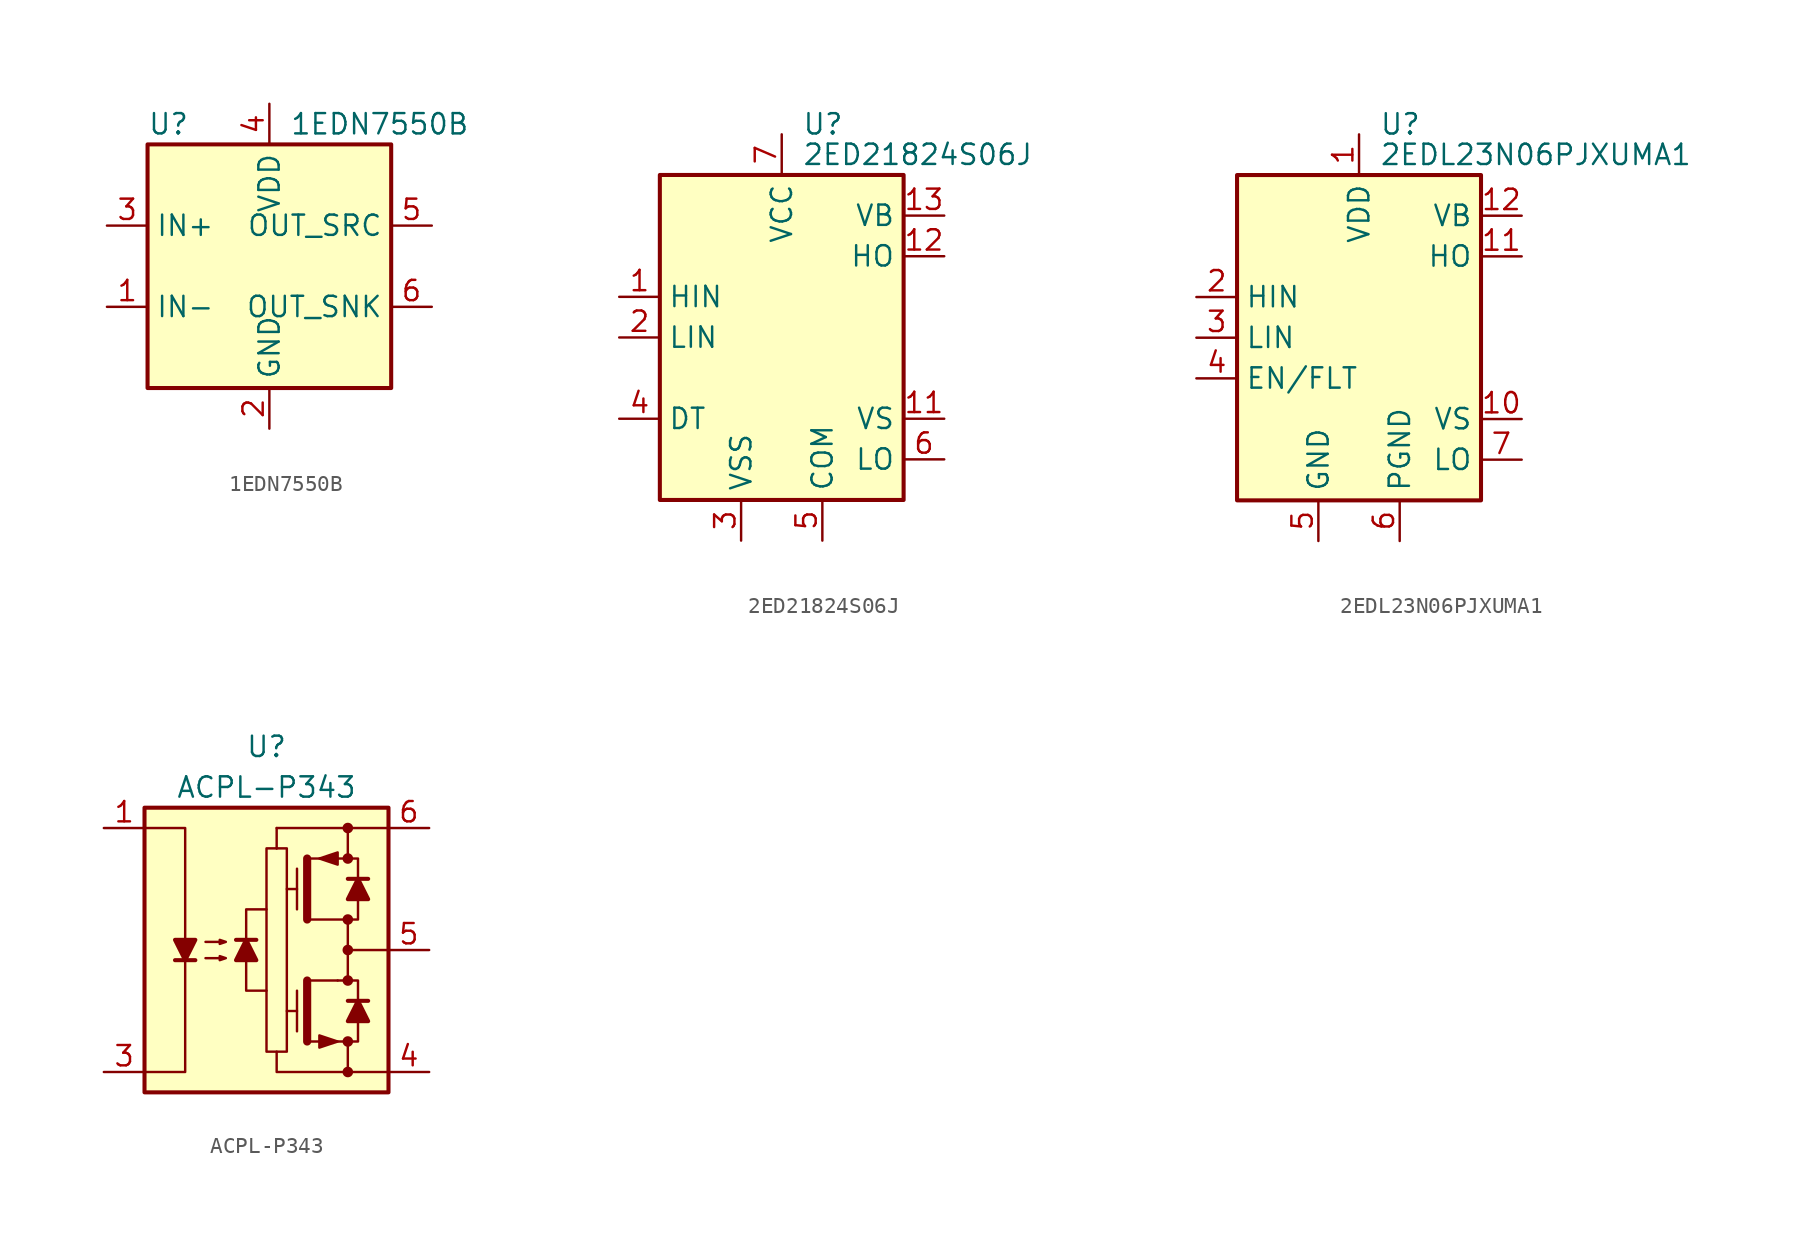
<source format=kicad_sym>
(kicad_symbol_lib
  (version 20211014)
  (generator kicad_symbol_editor)
  (symbol "1EDN7550B"
    (property "Reference" "U"
      (at -7.62 8.89 0)
      (effects (font (size 1.27 1.27)) (justify left)))
    (property "Value" "1EDN7550B"
      (at 1.27 8.89 0)
      (effects (font (size 1.27 1.27)) (justify left)))
    (symbol "1EDN7550B_0_1"
      (rectangle (start -7.62 -7.62) (end 7.62 7.62) (stroke (width 0.254) (type default) (color 0 0 0 0)) (fill (type background))))
    (symbol "1EDN7550B_1_1"
      (pin input line (at -10.16 -2.54 0) (length 2.54) (name "IN-" (effects (font (size 1.27 1.27)))) (number "1" (effects (font (size 1.27 1.27)))))
      (pin power_in line (at 0 -10.16 90) (length 2.54) (name "GND" (effects (font (size 1.27 1.27)))) (number "2" (effects (font (size 1.27 1.27)))))
      (pin input line (at -10.16 2.54 0) (length 2.54) (name "IN+" (effects (font (size 1.27 1.27)))) (number "3" (effects (font (size 1.27 1.27)))))
      (pin power_in line (at 0 10.16 270) (length 2.54) (name "VDD" (effects (font (size 1.27 1.27)))) (number "4" (effects (font (size 1.27 1.27)))))
      (pin output line (at 10.16 2.54 180) (length 2.54) (name "OUT_SRC" (effects (font (size 1.27 1.27)))) (number "5" (effects (font (size 1.27 1.27)))))
      (pin output line (at 10.16 -2.54 180) (length 2.54) (name "OUT_SNK" (effects (font (size 1.27 1.27)))) (number "6" (effects (font (size 1.27 1.27)))))))
  (symbol "2ED21824S06J"
    (property "Reference" "U"
      (at 1.27 13.335 0)
      (effects (font (size 1.27 1.27)) (justify left)))
    (property "Value" "2ED21824S06J"
      (at 1.27 11.43 0)
      (effects (font (size 1.27 1.27)) (justify left)))
    (symbol "2ED21824S06J_0_1"
      (rectangle (start -7.62 -10.16) (end 7.62 10.16) (stroke (width 0.254) (type default) (color 0 0 0 0)) (fill (type background))))
    (symbol "2ED21824S06J_1_1"
      (pin input line (at -10.16 2.54 0) (length 2.54) (name "HIN" (effects (font (size 1.27 1.27)))) (number "1" (effects (font (size 1.27 1.27)))))
      (pin no_connect line (at 7.62 -2.54 180) (length 2.54) hide (name "NC" (effects (font (size 1.27 1.27)))) (number "10" (effects (font (size 1.27 1.27)))))
      (pin passive line (at 10.16 -5.08 180) (length 2.54) (name "VS" (effects (font (size 1.27 1.27)))) (number "11" (effects (font (size 1.27 1.27)))))
      (pin output line (at 10.16 5.08 180) (length 2.54) (name "HO" (effects (font (size 1.27 1.27)))) (number "12" (effects (font (size 1.27 1.27)))))
      (pin passive line (at 10.16 7.62 180) (length 2.54) (name "VB" (effects (font (size 1.27 1.27)))) (number "13" (effects (font (size 1.27 1.27)))))
      (pin no_connect line (at 7.62 2.54 180) (length 2.54) hide (name "NC" (effects (font (size 1.27 1.27)))) (number "14" (effects (font (size 1.27 1.27)))))
      (pin input line (at -10.16 0 0) (length 2.54) (name "LIN" (effects (font (size 1.27 1.27)))) (number "2" (effects (font (size 1.27 1.27)))))
      (pin power_in line (at -2.54 -12.7 90) (length 2.54) (name "VSS" (effects (font (size 1.27 1.27)))) (number "3" (effects (font (size 1.27 1.27)))))
      (pin passive line (at -10.16 -5.08 0) (length 2.54) (name "DT" (effects (font (size 1.27 1.27)))) (number "4" (effects (font (size 1.27 1.27)))))
      (pin power_in line (at 2.54 -12.7 90) (length 2.54) (name "COM" (effects (font (size 1.27 1.27)))) (number "5" (effects (font (size 1.27 1.27)))))
      (pin output line (at 10.16 -7.62 180) (length 2.54) (name "LO" (effects (font (size 1.27 1.27)))) (number "6" (effects (font (size 1.27 1.27)))))
      (pin power_in line (at 0 12.7 270) (length 2.54) (name "VCC" (effects (font (size 1.27 1.27)))) (number "7" (effects (font (size 1.27 1.27)))))
      (pin no_connect line (at -7.62 5.08 0) (length 2.54) hide (name "NC" (effects (font (size 1.27 1.27)))) (number "8" (effects (font (size 1.27 1.27)))))
      (pin no_connect line (at -7.62 -2.54 0) (length 2.54) hide (name "NC" (effects (font (size 1.27 1.27)))) (number "9" (effects (font (size 1.27 1.27)))))))
  (symbol "2EDL23N06PJXUMA1"
    (property "Reference" "U"
      (at 1.27 13.335 0)
      (effects (font (size 1.27 1.27)) (justify left)))
    (property "Value" "2EDL23N06PJXUMA1"
      (at 1.27 11.43 0)
      (effects (font (size 1.27 1.27)) (justify left)))
    (symbol "2EDL23N06PJXUMA1_0_1"
      (rectangle (start -7.62 -10.16) (end 7.62 10.16) (stroke (width 0.254) (type default) (color 0 0 0 0)) (fill (type background))))
    (symbol "2EDL23N06PJXUMA1_1_1"
      (pin power_in line (at 0 12.7 270) (length 2.54) (name "VDD" (effects (font (size 1.27 1.27)))) (number "1" (effects (font (size 1.27 1.27)))))
      (pin passive line (at 10.16 -5.08 180) (length 2.54) (name "VS" (effects (font (size 1.27 1.27)))) (number "10" (effects (font (size 1.27 1.27)))))
      (pin output line (at 10.16 5.08 180) (length 2.54) (name "HO" (effects (font (size 1.27 1.27)))) (number "11" (effects (font (size 1.27 1.27)))))
      (pin passive line (at 10.16 7.62 180) (length 2.54) (name "VB" (effects (font (size 1.27 1.27)))) (number "12" (effects (font (size 1.27 1.27)))))
      (pin no_connect line (at 7.62 0 180) (length 2.54) hide (name "NC" (effects (font (size 1.27 1.27)))) (number "13" (effects (font (size 1.27 1.27)))))
      (pin no_connect line (at 7.62 2.54 180) (length 2.54) hide (name "NC" (effects (font (size 1.27 1.27)))) (number "14" (effects (font (size 1.27 1.27)))))
      (pin input line (at -10.16 2.54 0) (length 2.54) (name "HIN" (effects (font (size 1.27 1.27)))) (number "2" (effects (font (size 1.27 1.27)))))
      (pin input line (at -10.16 0 0) (length 2.54) (name "LIN" (effects (font (size 1.27 1.27)))) (number "3" (effects (font (size 1.27 1.27)))))
      (pin open_collector line (at -10.16 -2.54 0) (length 2.54) (name "EN/FLT" (effects (font (size 1.27 1.27)))) (number "4" (effects (font (size 1.27 1.27)))))
      (pin power_in line (at -2.54 -12.7 90) (length 2.54) (name "GND" (effects (font (size 1.27 1.27)))) (number "5" (effects (font (size 1.27 1.27)))))
      (pin power_in line (at 2.54 -12.7 90) (length 2.54) (name "PGND" (effects (font (size 1.27 1.27)))) (number "6" (effects (font (size 1.27 1.27)))))
      (pin output line (at 10.16 -7.62 180) (length 2.54) (name "LO" (effects (font (size 1.27 1.27)))) (number "7" (effects (font (size 1.27 1.27)))))
      (pin no_connect line (at -7.62 5.08 0) (length 2.54) hide (name "NC" (effects (font (size 1.27 1.27)))) (number "8" (effects (font (size 1.27 1.27)))))
      (pin no_connect line (at -7.62 -5.08 0) (length 2.54) hide (name "NC" (effects (font (size 1.27 1.27)))) (number "9" (effects (font (size 1.27 1.27)))))))
  (symbol "ACPL-P343"
    (pin_names hide)
    (property "Reference" "U"
      (at 0 12.7 0)
      (effects (font (size 1.27 1.27))))
    (property "Value" "ACPL-P343"
      (at 0 10.16 0)
      (effects (font (size 1.27 1.27))))
    (symbol "ACPL-P343_0_1"
      (rectangle (start -7.62 8.89) (end 7.62 -8.89) (stroke (width 0.254) (type default) (color 0 0 0 0)) (fill (type background)))
      (polyline (pts (xy -5.715 -0.635) (xy -4.445 -0.635)) (stroke (width 0.254) (type default) (color 0 0 0 0)) (fill (type none)))
      (polyline (pts (xy -0.635 0.635) (xy -1.905 0.635)) (stroke (width 0.254) (type default) (color 0 0 0 0)) (fill (type none)))
      (polyline (pts (xy 1.27 -3.81) (xy 1.905 -3.81)) (stroke (width 0) (type default) (color 0 0 0 0)) (fill (type none)))
      (polyline (pts (xy 1.27 3.81) (xy 1.905 3.81)) (stroke (width 0) (type default) (color 0 0 0 0)) (fill (type none)))
      (polyline (pts (xy 1.905 -5.08) (xy 1.905 -2.54)) (stroke (width 0) (type default) (color 0 0 0 0)) (fill (type none)))
      (polyline (pts (xy 1.905 2.54) (xy 1.905 5.08)) (stroke (width 0) (type default) (color 0 0 0 0)) (fill (type none)))
      (polyline (pts (xy 2.54 -5.715) (xy 2.54 -1.905)) (stroke (width 0.508) (type default) (color 0 0 0 0)) (fill (type none)))
      (polyline (pts (xy 2.54 1.905) (xy 2.54 5.715)) (stroke (width 0.508) (type default) (color 0 0 0 0)) (fill (type none)))
      (polyline (pts (xy 4.445 -1.905) (xy 2.54 -1.905)) (stroke (width 0) (type default) (color 0 0 0 0)) (fill (type none)))
      (polyline (pts (xy 4.445 5.715) (xy 2.54 5.715)) (stroke (width 0) (type default) (color 0 0 0 0)) (fill (type none)))
      (polyline (pts (xy 5.08 -5.715) (xy 5.08 -7.62)) (stroke (width 0) (type default) (color 0 0 0 0)) (fill (type none)))
      (polyline (pts (xy 5.08 0) (xy 7.62 0)) (stroke (width 0) (type default) (color 0 0 0 0)) (fill (type none)))
      (polyline (pts (xy 5.08 1.905) (xy 5.08 -1.905)) (stroke (width 0) (type default) (color 0 0 0 0)) (fill (type none)))
      (polyline (pts (xy 5.08 7.62) (xy 5.08 5.715)) (stroke (width 0) (type default) (color 0 0 0 0)) (fill (type none)))
      (polyline (pts (xy 6.35 -3.175) (xy 5.08 -3.175)) (stroke (width 0.254) (type default) (color 0 0 0 0)) (fill (type none)))
      (polyline (pts (xy 6.35 4.445) (xy 5.08 4.445)) (stroke (width 0.254) (type default) (color 0 0 0 0)) (fill (type none)))
      (polyline (pts (xy 7.62 7.62) (xy 0.635 7.62)) (stroke (width 0) (type default) (color 0 0 0 0)) (fill (type none)))
      (polyline (pts (xy -1.27 -0.635) (xy -1.27 -2.54) (xy 0 -2.54)) (stroke (width 0) (type default) (color 0 0 0 0)) (fill (type none)))
      (polyline (pts (xy -1.27 0.635) (xy -1.27 2.54) (xy 0 2.54)) (stroke (width 0) (type default) (color 0 0 0 0)) (fill (type none)))
      (polyline (pts (xy 0.635 -6.35) (xy 0.635 -7.62) (xy 7.62 -7.62)) (stroke (width 0) (type default) (color 0 0 0 0)) (fill (type none)))
      (polyline (pts (xy 4.445 -1.905) (xy 5.715 -1.905) (xy 5.715 -3.175)) (stroke (width 0) (type default) (color 0 0 0 0)) (fill (type none)))
      (polyline (pts (xy 4.445 5.715) (xy 5.715 5.715) (xy 5.715 4.445)) (stroke (width 0) (type default) (color 0 0 0 0)) (fill (type none)))
      (polyline (pts (xy 5.715 -4.445) (xy 5.715 -5.715) (xy 2.54 -5.715)) (stroke (width 0) (type default) (color 0 0 0 0)) (fill (type none)))
      (polyline (pts (xy 5.715 3.175) (xy 5.715 1.905) (xy 2.54 1.905)) (stroke (width 0) (type default) (color 0 0 0 0)) (fill (type none)))
      (polyline (pts (xy -7.62 7.62) (xy -5.08 7.62) (xy -5.08 -7.62) (xy -7.62 -7.62)) (stroke (width 0) (type default) (color 0 0 0 0)) (fill (type none)))
      (polyline (pts (xy -5.08 -0.635) (xy -5.715 0.635) (xy -4.445 0.635) (xy -5.08 -0.635)) (stroke (width 0.254) (type default) (color 0 0 0 0)) (fill (type outline)))
      (polyline (pts (xy -1.27 0.635) (xy -0.635 -0.635) (xy -1.905 -0.635) (xy -1.27 0.635)) (stroke (width 0.254) (type default) (color 0 0 0 0)) (fill (type outline)))
      (polyline (pts (xy 3.302 5.715) (xy 4.445 6.096) (xy 4.445 5.334) (xy 3.302 5.715)) (stroke (width 0) (type default) (color 0 0 0 0)) (fill (type outline)))
      (polyline (pts (xy 4.445 -5.715) (xy 3.302 -5.334) (xy 3.302 -6.096) (xy 4.445 -5.715)) (stroke (width 0) (type default) (color 0 0 0 0)) (fill (type outline)))
      (polyline (pts (xy 5.715 -3.175) (xy 6.35 -4.445) (xy 5.08 -4.445) (xy 5.715 -3.175)) (stroke (width 0.254) (type default) (color 0 0 0 0)) (fill (type outline)))
      (polyline (pts (xy 5.715 4.445) (xy 6.35 3.175) (xy 5.08 3.175) (xy 5.715 4.445)) (stroke (width 0.254) (type default) (color 0 0 0 0)) (fill (type outline)))
      (polyline (pts (xy -3.81 -0.508) (xy -2.54 -0.508) (xy -2.921 -0.635) (xy -2.921 -0.381) (xy -2.54 -0.508)) (stroke (width 0) (type default) (color 0 0 0 0)) (fill (type none)))
      (polyline (pts (xy -3.81 0.508) (xy -2.54 0.508) (xy -2.921 0.381) (xy -2.921 0.635) (xy -2.54 0.508)) (stroke (width 0) (type default) (color 0 0 0 0)) (fill (type none)))
      (polyline (pts (xy 1.27 6.35) (xy 1.27 -6.35) (xy 0 -6.35) (xy 0 6.35) (xy 1.27 6.35)) (stroke (width 0) (type default) (color 0 0 0 0)) (fill (type none)))
      (rectangle (start 0.635 6.35) (end 0.635 6.35) (stroke (width 0) (type default) (color 0 0 0 0)) (fill (type none)))
      (rectangle (start 0.635 6.35) (end 0.635 7.62) (stroke (width 0) (type default) (color 0 0 0 0)) (fill (type none)))
      (circle (center 5.08 -7.62) (radius 0.254) (stroke (width 0) (type default) (color 0 0 0 0)) (fill (type outline)))
      (circle (center 5.08 -5.715) (radius 0.254) (stroke (width 0) (type default) (color 0 0 0 0)) (fill (type outline)))
      (circle (center 5.08 -1.905) (radius 0.254) (stroke (width 0) (type default) (color 0 0 0 0)) (fill (type outline)))
      (circle (center 5.08 0) (radius 0.254) (stroke (width 0) (type default) (color 0 0 0 0)) (fill (type outline)))
      (circle (center 5.08 1.905) (radius 0.254) (stroke (width 0) (type default) (color 0 0 0 0)) (fill (type outline)))
      (circle (center 5.08 5.715) (radius 0.254) (stroke (width 0) (type default) (color 0 0 0 0)) (fill (type outline)))
      (circle (center 5.08 7.62) (radius 0.254) (stroke (width 0) (type default) (color 0 0 0 0)) (fill (type outline))))
    (symbol "ACPL-P343_1_1"
      (pin passive line (at -10.16 7.62 0) (length 2.54) (name "A" (effects (font (size 1.27 1.27)))) (number "1" (effects (font (size 1.27 1.27)))))
      (pin no_connect line (at -7.62 0 0) (length 2.54) hide (name "NC" (effects (font (size 1.27 1.27)))) (number "2" (effects (font (size 1.27 1.27)))))
      (pin passive line (at -10.16 -7.62 0) (length 2.54) (name "C" (effects (font (size 1.27 1.27)))) (number "3" (effects (font (size 1.27 1.27)))))
      (pin power_in line (at 10.16 -7.62 180) (length 2.54) (name "VEE" (effects (font (size 1.27 1.27)))) (number "4" (effects (font (size 1.27 1.27)))))
      (pin output line (at 10.16 0 180) (length 2.54) (name "VO" (effects (font (size 1.27 1.27)))) (number "5" (effects (font (size 1.27 1.27)))))
      (pin power_in line (at 10.16 7.62 180) (length 2.54) (name "VCC" (effects (font (size 1.27 1.27)))) (number "6" (effects (font (size 1.27 1.27))))))))
</source>
